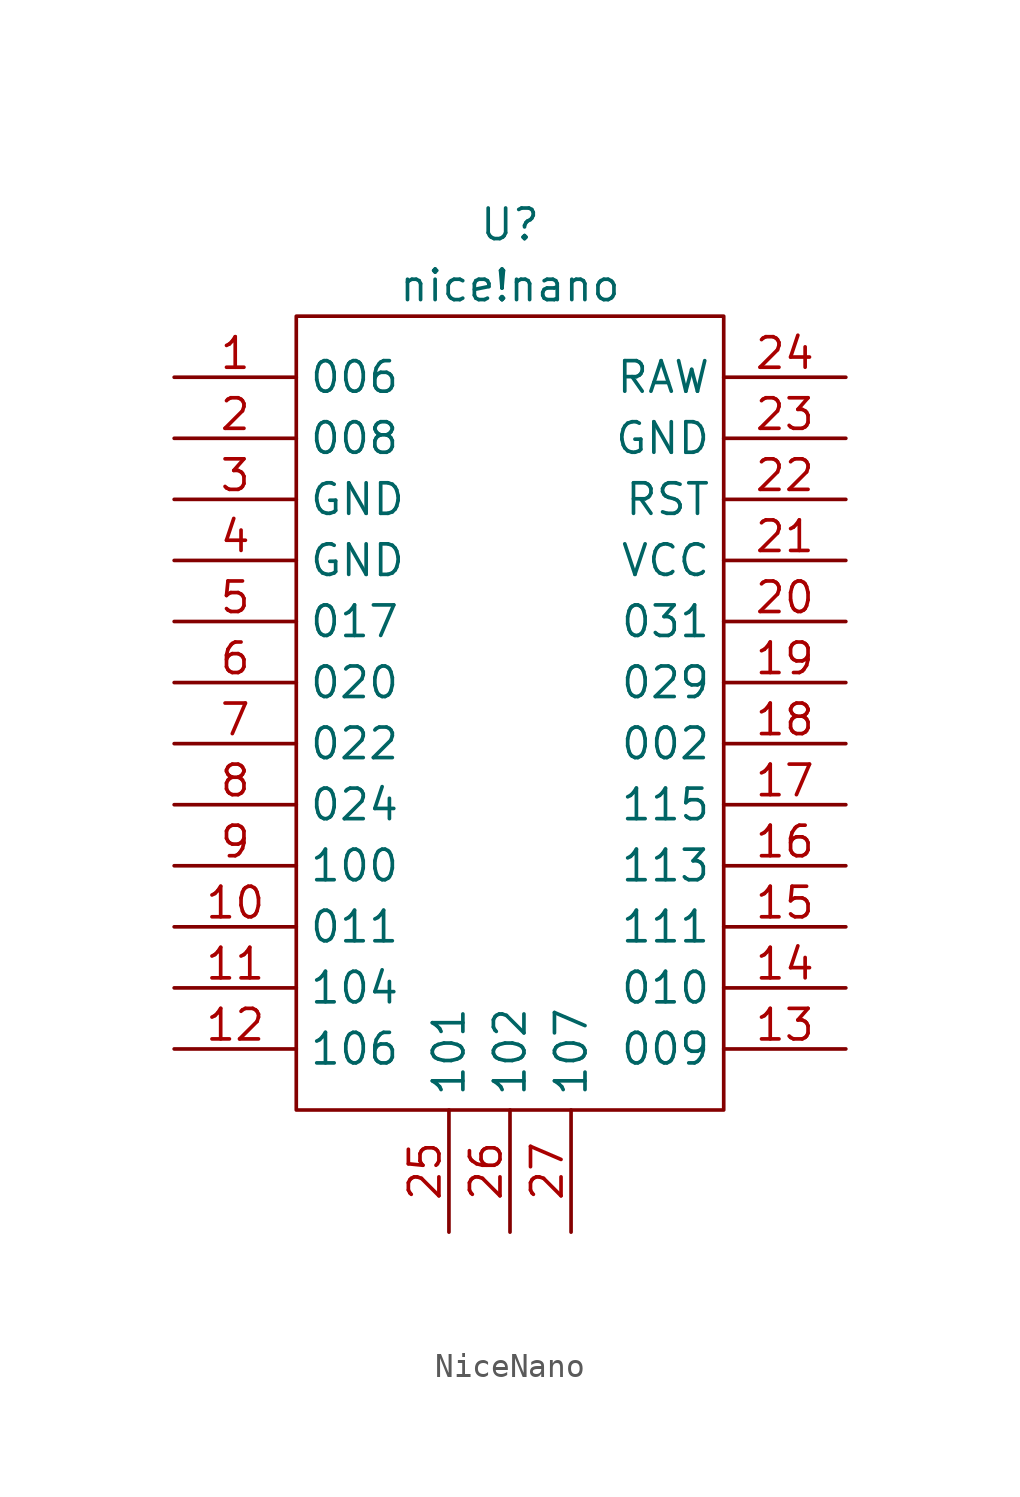
<source format=kicad_sym>
(kicad_symbol_lib
  (version 20231120)
  (generator "kicad_symbol_editor")
  (generator_version "8.0")
  (symbol "NiceNano"
    (property "Reference" "U"
      (at 0 20.32 0)
      (effects (font (size 1.27 1.27))))
    (property "Value" "nice!nano"
      (at 0 17.78 0)
      (effects (font (size 1.27 1.27))))
    (symbol "NiceNano_0_1"
      (rectangle (start -8.89 16.51) (end 8.89 -16.51) (stroke (width 0) (type solid)) (fill (type none))))
    (symbol "NiceNano_1_1"
      (pin bidirectional line (at -13.97 13.97 0) (length 5.08) (name "006" (effects (font (size 1.27 1.27)))) (number "1" (effects (font (size 1.27 1.27)))))
      (pin bidirectional line (at -13.97 -8.89 0) (length 5.08) (name "011" (effects (font (size 1.27 1.27)))) (number "10" (effects (font (size 1.27 1.27)))))
      (pin bidirectional line (at -13.97 -11.43 0) (length 5.08) (name "104" (effects (font (size 1.27 1.27)))) (number "11" (effects (font (size 1.27 1.27)))))
      (pin bidirectional line (at -13.97 -13.97 0) (length 5.08) (name "106" (effects (font (size 1.27 1.27)))) (number "12" (effects (font (size 1.27 1.27)))))
      (pin bidirectional line (at 13.97 -13.97 180) (length 5.08) (name "009" (effects (font (size 1.27 1.27)))) (number "13" (effects (font (size 1.27 1.27)))))
      (pin bidirectional line (at 13.97 -11.43 180) (length 5.08) (name "010" (effects (font (size 1.27 1.27)))) (number "14" (effects (font (size 1.27 1.27)))))
      (pin bidirectional line (at 13.97 -8.89 180) (length 5.08) (name "111" (effects (font (size 1.27 1.27)))) (number "15" (effects (font (size 1.27 1.27)))))
      (pin bidirectional line (at 13.97 -6.35 180) (length 5.08) (name "113" (effects (font (size 1.27 1.27)))) (number "16" (effects (font (size 1.27 1.27)))))
      (pin bidirectional line (at 13.97 -3.81 180) (length 5.08) (name "115" (effects (font (size 1.27 1.27)))) (number "17" (effects (font (size 1.27 1.27)))))
      (pin bidirectional line (at 13.97 -1.27 180) (length 5.08) (name "002" (effects (font (size 1.27 1.27)))) (number "18" (effects (font (size 1.27 1.27)))))
      (pin bidirectional line (at 13.97 1.27 180) (length 5.08) (name "029" (effects (font (size 1.27 1.27)))) (number "19" (effects (font (size 1.27 1.27)))))
      (pin bidirectional line (at -13.97 11.43 0) (length 5.08) (name "008" (effects (font (size 1.27 1.27)))) (number "2" (effects (font (size 1.27 1.27)))))
      (pin bidirectional line (at 13.97 3.81 180) (length 5.08) (name "031" (effects (font (size 1.27 1.27)))) (number "20" (effects (font (size 1.27 1.27)))))
      (pin bidirectional line (at 13.97 6.35 180) (length 5.08) (name "VCC" (effects (font (size 1.27 1.27)))) (number "21" (effects (font (size 1.27 1.27)))))
      (pin bidirectional line (at 13.97 8.89 180) (length 5.08) (name "RST" (effects (font (size 1.27 1.27)))) (number "22" (effects (font (size 1.27 1.27)))))
      (pin bidirectional line (at 13.97 11.43 180) (length 5.08) (name "GND" (effects (font (size 1.27 1.27)))) (number "23" (effects (font (size 1.27 1.27)))))
      (pin bidirectional line (at 13.97 13.97 180) (length 5.08) (name "RAW" (effects (font (size 1.27 1.27)))) (number "24" (effects (font (size 1.27 1.27)))))
      (pin bidirectional line (at -2.54 -21.59 90) (length 5.08) (name "101" (effects (font (size 1.27 1.27)))) (number "25" (effects (font (size 1.27 1.27)))))
      (pin bidirectional line (at 0 -21.59 90) (length 5.08) (name "102" (effects (font (size 1.27 1.27)))) (number "26" (effects (font (size 1.27 1.27)))))
      (pin bidirectional line (at 2.54 -21.59 90) (length 5.08) (name "107" (effects (font (size 1.27 1.27)))) (number "27" (effects (font (size 1.27 1.27)))))
      (pin bidirectional line (at -13.97 8.89 0) (length 5.08) (name "GND" (effects (font (size 1.27 1.27)))) (number "3" (effects (font (size 1.27 1.27)))))
      (pin bidirectional line (at -13.97 6.35 0) (length 5.08) (name "GND" (effects (font (size 1.27 1.27)))) (number "4" (effects (font (size 1.27 1.27)))))
      (pin bidirectional line (at -13.97 3.81 0) (length 5.08) (name "017" (effects (font (size 1.27 1.27)))) (number "5" (effects (font (size 1.27 1.27)))))
      (pin bidirectional line (at -13.97 1.27 0) (length 5.08) (name "020" (effects (font (size 1.27 1.27)))) (number "6" (effects (font (size 1.27 1.27)))))
      (pin bidirectional line (at -13.97 -1.27 0) (length 5.08) (name "022" (effects (font (size 1.27 1.27)))) (number "7" (effects (font (size 1.27 1.27)))))
      (pin bidirectional line (at -13.97 -3.81 0) (length 5.08) (name "024" (effects (font (size 1.27 1.27)))) (number "8" (effects (font (size 1.27 1.27)))))
      (pin bidirectional line (at -13.97 -6.35 0) (length 5.08) (name "100" (effects (font (size 1.27 1.27)))) (number "9" (effects (font (size 1.27 1.27))))))))
</source>
